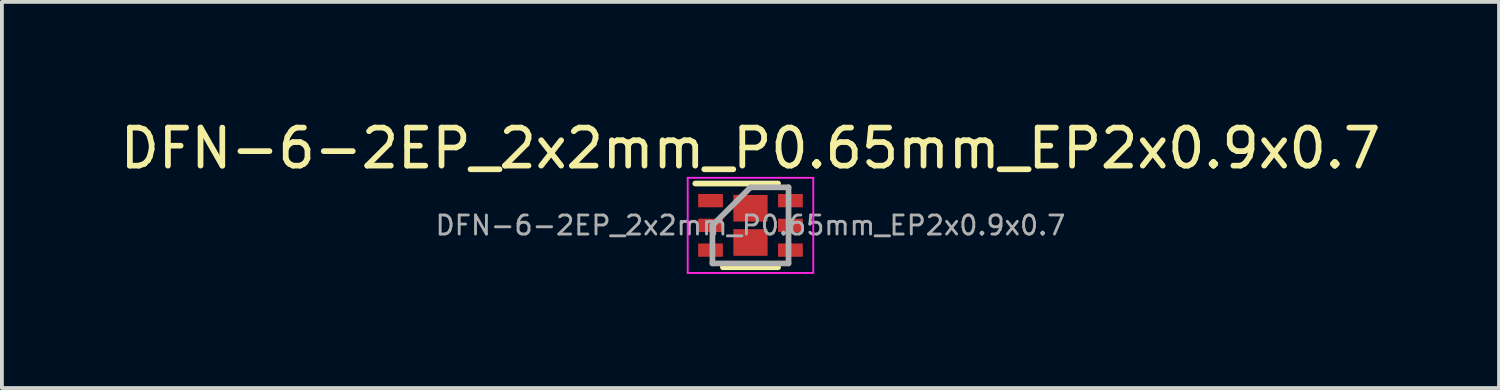
<source format=kicad_pcb>
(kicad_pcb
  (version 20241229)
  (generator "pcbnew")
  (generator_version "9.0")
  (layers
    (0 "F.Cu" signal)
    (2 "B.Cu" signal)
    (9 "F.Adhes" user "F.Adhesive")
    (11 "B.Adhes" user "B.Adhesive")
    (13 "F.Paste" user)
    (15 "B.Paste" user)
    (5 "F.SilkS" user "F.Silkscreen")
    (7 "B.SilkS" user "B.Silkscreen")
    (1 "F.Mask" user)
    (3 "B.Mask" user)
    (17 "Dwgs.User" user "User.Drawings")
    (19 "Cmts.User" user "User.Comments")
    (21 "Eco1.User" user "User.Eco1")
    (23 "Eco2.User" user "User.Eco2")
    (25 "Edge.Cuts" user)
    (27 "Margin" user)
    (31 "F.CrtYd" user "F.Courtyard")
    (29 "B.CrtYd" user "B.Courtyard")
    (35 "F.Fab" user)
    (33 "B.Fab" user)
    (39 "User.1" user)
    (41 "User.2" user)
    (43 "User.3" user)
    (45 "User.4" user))
  (footprint "DFN-6-2EP_2x2mm_P0.65mm_EP2x0.9x0.7"
    (layer "F.Cu")
    (at 16.673 2.873)
    (property "Reference" "DFN-6-2EP_2x2mm_P0.65mm_EP2x0.9x0.7" (at 0 -2.025 0) (layer "F.SilkS") (effects (font (size 1 1) (thickness 0.15))))
    (attr smd)
    (fp_line (start -1.45 -1.1) (end 0.725 -1.1) (stroke (width 0.15) (type solid)) (layer "F.SilkS"))
    (fp_line (start -0.725 1.1) (end 0.725 1.1) (stroke (width 0.15) (type solid)) (layer "F.SilkS"))
    (fp_line (start -1.65 -1.25) (end -1.65 1.25) (stroke (width 0.05) (type solid)) (layer "F.CrtYd"))
    (fp_line (start -1.65 -1.25) (end 1.65 -1.25) (stroke (width 0.05) (type solid)) (layer "F.CrtYd"))
    (fp_line (start -1.65 1.25) (end 1.65 1.25) (stroke (width 0.05) (type solid)) (layer "F.CrtYd"))
    (fp_line (start 1.65 -1.25) (end 1.65 1.25) (stroke (width 0.05) (type solid)) (layer "F.CrtYd"))
    (fp_line (start -1 0) (end 0 -1) (stroke (width 0.15) (type solid)) (layer "F.Fab"))
    (fp_line (start -1 1) (end -1 0) (stroke (width 0.15) (type solid)) (layer "F.Fab"))
    (fp_line (start 0 -1) (end 1 -1) (stroke (width 0.15) (type solid)) (layer "F.Fab"))
    (fp_line (start 1 -1) (end 1 1) (stroke (width 0.15) (type solid)) (layer "F.Fab"))
    (fp_line (start 1 1) (end -1 1) (stroke (width 0.15) (type solid)) (layer "F.Fab"))
    (fp_text user "${REFERENCE}" (at 0 0 0) (layer "F.Fab") (effects (font (size 0.5 0.5) (thickness 0.075))))
    (pad "" smd rect (at 0 -0.45) (size 0.9 0.7) (layers "F.Paste"))
    (pad "" smd rect (at 0 0.45) (size 0.9 0.7) (layers "F.Paste"))
    (pad "1" smd rect (at -1.05 -0.65) (size 0.65 0.35) (layers "F.Cu" "F.Mask" "F.Paste"))
    (pad "2" smd rect (at -1.05 0) (size 0.65 0.35) (layers "F.Cu" "F.Mask" "F.Paste"))
    (pad "3" smd rect (at -1.05 0.65) (size 0.65 0.35) (layers "F.Cu" "F.Mask" "F.Paste"))
    (pad "4" smd rect (at 1.05 0.65) (size 0.65 0.35) (layers "F.Cu" "F.Mask" "F.Paste"))
    (pad "5" smd rect (at 1.05 0) (size 0.65 0.35) (layers "F.Cu" "F.Mask" "F.Paste"))
    (pad "6" smd rect (at 1.05 -0.65) (size 0.65 0.35) (layers "F.Cu" "F.Mask" "F.Paste"))
    (pad "7" smd rect (at 0 -0.45) (size 0.9 0.7) (layers "F.Cu" "F.Mask"))
    (pad "8" smd rect (at 0 0.45) (size 0.9 0.7) (layers "F.Cu" "F.Mask")))
  (gr_rect
    (start -3 -3)
    (end 36.345 7.148)
    (stroke (width 0.1) (type default))
    (fill no)
    (layer "Edge.Cuts")))
</source>
